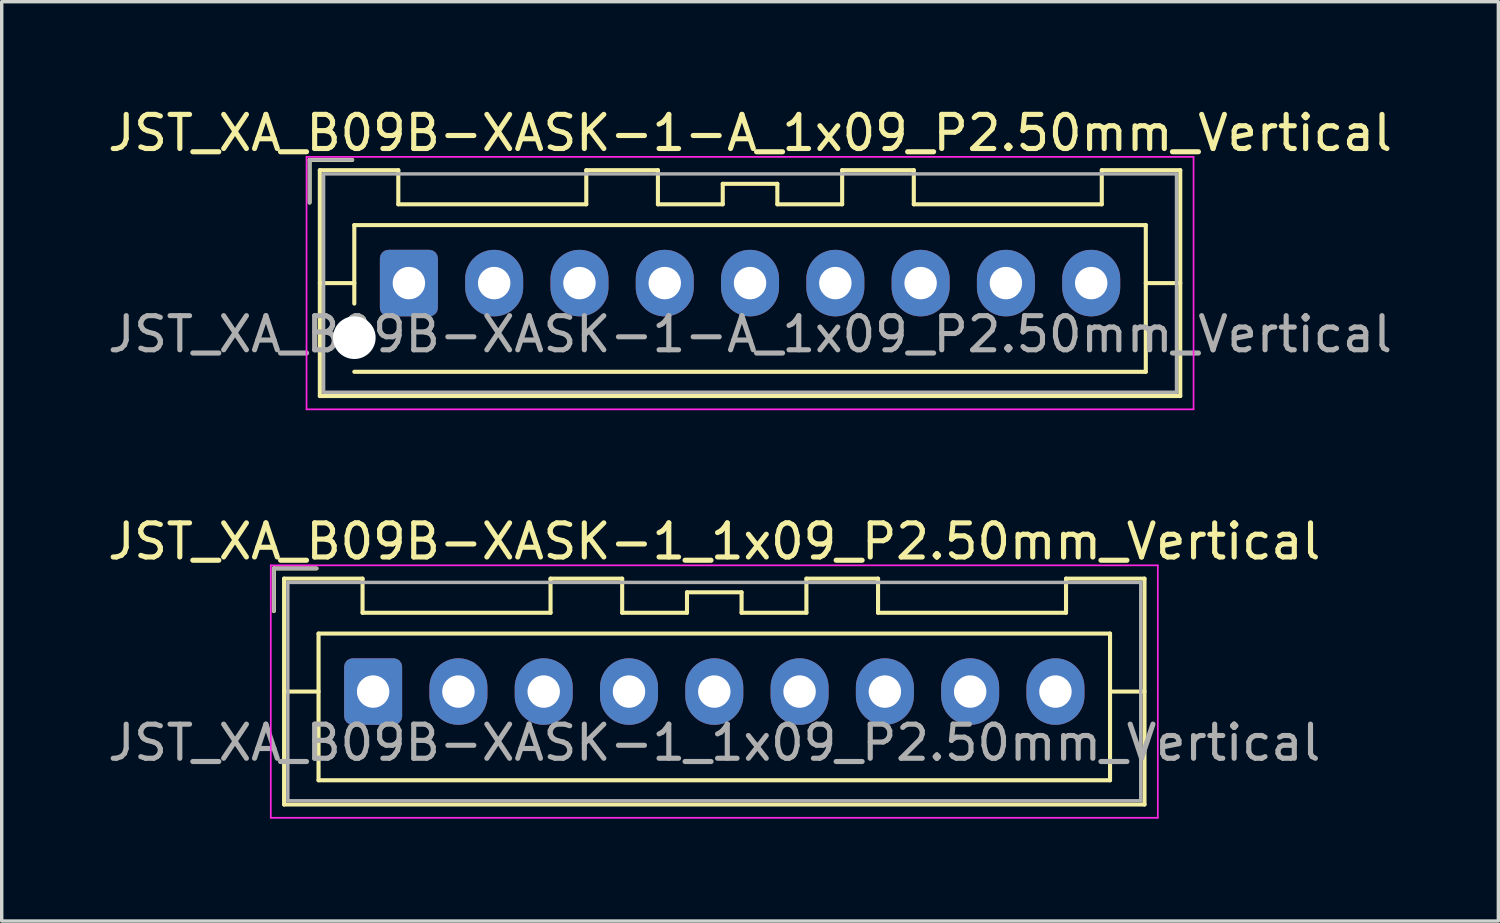
<source format=kicad_pcb>
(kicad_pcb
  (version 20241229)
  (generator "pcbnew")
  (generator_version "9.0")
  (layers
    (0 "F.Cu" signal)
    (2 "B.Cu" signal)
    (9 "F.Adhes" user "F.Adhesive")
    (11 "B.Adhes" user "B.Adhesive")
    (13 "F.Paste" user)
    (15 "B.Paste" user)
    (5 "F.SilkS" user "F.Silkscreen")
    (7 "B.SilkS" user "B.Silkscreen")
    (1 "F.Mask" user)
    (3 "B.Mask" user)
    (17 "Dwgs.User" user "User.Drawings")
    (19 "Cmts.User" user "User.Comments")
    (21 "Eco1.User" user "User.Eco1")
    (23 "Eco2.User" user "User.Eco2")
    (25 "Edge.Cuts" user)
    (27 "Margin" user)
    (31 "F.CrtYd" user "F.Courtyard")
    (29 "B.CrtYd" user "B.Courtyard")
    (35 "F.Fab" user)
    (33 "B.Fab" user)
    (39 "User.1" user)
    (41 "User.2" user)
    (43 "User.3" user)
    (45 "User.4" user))
  (footprint "JST_XA_B09B-XASK-1_1x09_P2.50mm_Vertical"
    (layer "F.Cu")
    (at 7.887 17.221)
    (property "Reference" "JST_XA_B09B-XASK-1_1x09_P2.50mm_Vertical" (at 10 -4.4 0) (layer "F.SilkS") (effects (font (size 1 1) (thickness 0.15))))
    (attr through_hole)
    (fp_line (start -2.91 -3.61) (end -2.91 -2.36) (stroke (width 0.12) (type solid)) (layer "F.SilkS"))
    (fp_line (start -2.61 -3.31) (end -2.61 3.31) (stroke (width 0.12) (type solid)) (layer "F.SilkS"))
    (fp_line (start -2.61 0) (end -1.6 0) (stroke (width 0.12) (type solid)) (layer "F.SilkS"))
    (fp_line (start -2.61 3.31) (end 22.61 3.31) (stroke (width 0.12) (type solid)) (layer "F.SilkS"))
    (fp_line (start -1.66 -3.61) (end -2.91 -3.61) (stroke (width 0.12) (type solid)) (layer "F.SilkS"))
    (fp_line (start -1.6 -1.7) (end -1.6 2.6) (stroke (width 0.12) (type solid)) (layer "F.SilkS"))
    (fp_line (start -1.6 2.6) (end 21.6 2.6) (stroke (width 0.12) (type solid)) (layer "F.SilkS"))
    (fp_line (start -0.31 -3.31) (end -2.61 -3.31) (stroke (width 0.12) (type solid)) (layer "F.SilkS"))
    (fp_line (start -0.31 -2.31) (end -0.31 -3.31) (stroke (width 0.12) (type solid)) (layer "F.SilkS"))
    (fp_line (start 5.2 -3.31) (end 5.2 -2.31) (stroke (width 0.12) (type solid)) (layer "F.SilkS"))
    (fp_line (start 5.2 -2.31) (end -0.31 -2.31) (stroke (width 0.12) (type solid)) (layer "F.SilkS"))
    (fp_line (start 7.3 -3.31) (end 5.2 -3.31) (stroke (width 0.12) (type solid)) (layer "F.SilkS"))
    (fp_line (start 7.3 -2.31) (end 7.3 -3.31) (stroke (width 0.12) (type solid)) (layer "F.SilkS"))
    (fp_line (start 9.2 -2.91) (end 9.2 -2.31) (stroke (width 0.12) (type solid)) (layer "F.SilkS"))
    (fp_line (start 9.2 -2.31) (end 7.3 -2.31) (stroke (width 0.12) (type solid)) (layer "F.SilkS"))
    (fp_line (start 10.8 -2.91) (end 9.2 -2.91) (stroke (width 0.12) (type solid)) (layer "F.SilkS"))
    (fp_line (start 10.8 -2.31) (end 10.8 -2.91) (stroke (width 0.12) (type solid)) (layer "F.SilkS"))
    (fp_line (start 12.7 -3.31) (end 12.7 -2.31) (stroke (width 0.12) (type solid)) (layer "F.SilkS"))
    (fp_line (start 12.7 -2.31) (end 10.8 -2.31) (stroke (width 0.12) (type solid)) (layer "F.SilkS"))
    (fp_line (start 14.8 -3.31) (end 12.7 -3.31) (stroke (width 0.12) (type solid)) (layer "F.SilkS"))
    (fp_line (start 14.8 -2.31) (end 14.8 -3.31) (stroke (width 0.12) (type solid)) (layer "F.SilkS"))
    (fp_line (start 20.31 -3.31) (end 20.31 -2.31) (stroke (width 0.12) (type solid)) (layer "F.SilkS"))
    (fp_line (start 20.31 -2.31) (end 14.8 -2.31) (stroke (width 0.12) (type solid)) (layer "F.SilkS"))
    (fp_line (start 21.6 -1.7) (end -1.6 -1.7) (stroke (width 0.12) (type solid)) (layer "F.SilkS"))
    (fp_line (start 21.6 2.6) (end 21.6 -1.7) (stroke (width 0.12) (type solid)) (layer "F.SilkS"))
    (fp_line (start 22.61 -3.31) (end 20.31 -3.31) (stroke (width 0.12) (type solid)) (layer "F.SilkS"))
    (fp_line (start 22.61 0) (end 21.6 0) (stroke (width 0.12) (type solid)) (layer "F.SilkS"))
    (fp_line (start 22.61 3.31) (end 22.61 -3.31) (stroke (width 0.12) (type solid)) (layer "F.SilkS"))
    (fp_line (start -3 -3.7) (end -3 3.7) (stroke (width 0.05) (type solid)) (layer "F.CrtYd"))
    (fp_line (start -3 3.7) (end 23 3.7) (stroke (width 0.05) (type solid)) (layer "F.CrtYd"))
    (fp_line (start 23 -3.7) (end -3 -3.7) (stroke (width 0.05) (type solid)) (layer "F.CrtYd"))
    (fp_line (start 23 3.7) (end 23 -3.7) (stroke (width 0.05) (type solid)) (layer "F.CrtYd"))
    (fp_line (start -2.91 -3.61) (end -2.91 -2.36) (stroke (width 0.1) (type solid)) (layer "F.Fab"))
    (fp_line (start -2.5 -3.2) (end -2.5 3.2) (stroke (width 0.1) (type solid)) (layer "F.Fab"))
    (fp_line (start -2.5 3.2) (end 22.5 3.2) (stroke (width 0.1) (type solid)) (layer "F.Fab"))
    (fp_line (start -1.66 -3.61) (end -2.91 -3.61) (stroke (width 0.1) (type solid)) (layer "F.Fab"))
    (fp_line (start 22.5 -3.2) (end -2.5 -3.2) (stroke (width 0.1) (type solid)) (layer "F.Fab"))
    (fp_line (start 22.5 3.2) (end 22.5 -3.2) (stroke (width 0.1) (type solid)) (layer "F.Fab"))
    (fp_text user "${REFERENCE}" (at 10 1.5 0) (layer "F.Fab") (effects (font (size 1 1) (thickness 0.15))))
    (pad "1" thru_hole roundrect (at 0 0) (size 1.7 1.95) (drill 0.95) (layers "*.Cu" "*.Mask") (roundrect_rratio 0.147))
    (pad "2" thru_hole oval (at 2.5 0) (size 1.7 1.95) (drill 0.95) (layers "*.Cu" "*.Mask"))
    (pad "3" thru_hole oval (at 5 0) (size 1.7 1.95) (drill 0.95) (layers "*.Cu" "*.Mask"))
    (pad "4" thru_hole oval (at 7.5 0) (size 1.7 1.95) (drill 0.95) (layers "*.Cu" "*.Mask"))
    (pad "5" thru_hole oval (at 10 0) (size 1.7 1.95) (drill 0.95) (layers "*.Cu" "*.Mask"))
    (pad "6" thru_hole oval (at 12.5 0) (size 1.7 1.95) (drill 0.95) (layers "*.Cu" "*.Mask"))
    (pad "7" thru_hole oval (at 15 0) (size 1.7 1.95) (drill 0.95) (layers "*.Cu" "*.Mask"))
    (pad "8" thru_hole oval (at 17.5 0) (size 1.7 1.95) (drill 0.95) (layers "*.Cu" "*.Mask"))
    (pad "9" thru_hole oval (at 20 0) (size 1.7 1.95) (drill 0.95) (layers "*.Cu" "*.Mask")))
  (footprint "JST_XA_B09B-XASK-1-A_1x09_P2.50mm_Vertical"
    (layer "F.Cu")
    (at 8.935 5.248)
    (property "Reference" "JST_XA_B09B-XASK-1-A_1x09_P2.50mm_Vertical" (at 10 -4.4 0) (layer "F.SilkS") (effects (font (size 1 1) (thickness 0.15))))
    (attr through_hole)
    (fp_line (start -2.91 -3.61) (end -2.91 -2.36) (stroke (width 0.12) (type solid)) (layer "F.SilkS"))
    (fp_line (start -2.61 -3.31) (end -2.61 3.31) (stroke (width 0.12) (type solid)) (layer "F.SilkS"))
    (fp_line (start -2.61 0) (end -1.6 0) (stroke (width 0.12) (type solid)) (layer "F.SilkS"))
    (fp_line (start -2.61 3.31) (end 22.61 3.31) (stroke (width 0.12) (type solid)) (layer "F.SilkS"))
    (fp_line (start -1.66 -3.61) (end -2.91 -3.61) (stroke (width 0.12) (type solid)) (layer "F.SilkS"))
    (fp_line (start -1.6 -1.7) (end 21.6 -1.7) (stroke (width 0.12) (type solid)) (layer "F.SilkS"))
    (fp_line (start -1.6 0.6) (end -1.6 -1.7) (stroke (width 0.12) (type solid)) (layer "F.SilkS"))
    (fp_line (start -0.31 -3.31) (end -2.61 -3.31) (stroke (width 0.12) (type solid)) (layer "F.SilkS"))
    (fp_line (start -0.31 -2.31) (end -0.31 -3.31) (stroke (width 0.12) (type solid)) (layer "F.SilkS"))
    (fp_line (start 5.2 -3.31) (end 5.2 -2.31) (stroke (width 0.12) (type solid)) (layer "F.SilkS"))
    (fp_line (start 5.2 -2.31) (end -0.31 -2.31) (stroke (width 0.12) (type solid)) (layer "F.SilkS"))
    (fp_line (start 7.3 -3.31) (end 5.2 -3.31) (stroke (width 0.12) (type solid)) (layer "F.SilkS"))
    (fp_line (start 7.3 -2.31) (end 7.3 -3.31) (stroke (width 0.12) (type solid)) (layer "F.SilkS"))
    (fp_line (start 9.2 -2.91) (end 9.2 -2.31) (stroke (width 0.12) (type solid)) (layer "F.SilkS"))
    (fp_line (start 9.2 -2.31) (end 7.3 -2.31) (stroke (width 0.12) (type solid)) (layer "F.SilkS"))
    (fp_line (start 10.8 -2.91) (end 9.2 -2.91) (stroke (width 0.12) (type solid)) (layer "F.SilkS"))
    (fp_line (start 10.8 -2.31) (end 10.8 -2.91) (stroke (width 0.12) (type solid)) (layer "F.SilkS"))
    (fp_line (start 12.7 -3.31) (end 12.7 -2.31) (stroke (width 0.12) (type solid)) (layer "F.SilkS"))
    (fp_line (start 12.7 -2.31) (end 10.8 -2.31) (stroke (width 0.12) (type solid)) (layer "F.SilkS"))
    (fp_line (start 14.8 -3.31) (end 12.7 -3.31) (stroke (width 0.12) (type solid)) (layer "F.SilkS"))
    (fp_line (start 14.8 -2.31) (end 14.8 -3.31) (stroke (width 0.12) (type solid)) (layer "F.SilkS"))
    (fp_line (start 20.31 -3.31) (end 20.31 -2.31) (stroke (width 0.12) (type solid)) (layer "F.SilkS"))
    (fp_line (start 20.31 -2.31) (end 14.8 -2.31) (stroke (width 0.12) (type solid)) (layer "F.SilkS"))
    (fp_line (start 21.6 -1.7) (end 21.6 2.6) (stroke (width 0.12) (type solid)) (layer "F.SilkS"))
    (fp_line (start 21.6 2.6) (end -1.6 2.6) (stroke (width 0.12) (type solid)) (layer "F.SilkS"))
    (fp_line (start 22.61 -3.31) (end 20.31 -3.31) (stroke (width 0.12) (type solid)) (layer "F.SilkS"))
    (fp_line (start 22.61 0) (end 21.6 0) (stroke (width 0.12) (type solid)) (layer "F.SilkS"))
    (fp_line (start 22.61 3.31) (end 22.61 -3.31) (stroke (width 0.12) (type solid)) (layer "F.SilkS"))
    (fp_line (start -3 -3.7) (end -3 3.7) (stroke (width 0.05) (type solid)) (layer "F.CrtYd"))
    (fp_line (start -3 3.7) (end 23 3.7) (stroke (width 0.05) (type solid)) (layer "F.CrtYd"))
    (fp_line (start 23 -3.7) (end -3 -3.7) (stroke (width 0.05) (type solid)) (layer "F.CrtYd"))
    (fp_line (start 23 3.7) (end 23 -3.7) (stroke (width 0.05) (type solid)) (layer "F.CrtYd"))
    (fp_line (start -2.91 -3.61) (end -2.91 -2.36) (stroke (width 0.1) (type solid)) (layer "F.Fab"))
    (fp_line (start -2.5 -3.2) (end -2.5 3.2) (stroke (width 0.1) (type solid)) (layer "F.Fab"))
    (fp_line (start -2.5 3.2) (end 22.5 3.2) (stroke (width 0.1) (type solid)) (layer "F.Fab"))
    (fp_line (start -1.66 -3.61) (end -2.91 -3.61) (stroke (width 0.1) (type solid)) (layer "F.Fab"))
    (fp_line (start 22.5 -3.2) (end -2.5 -3.2) (stroke (width 0.1) (type solid)) (layer "F.Fab"))
    (fp_line (start 22.5 3.2) (end 22.5 -3.2) (stroke (width 0.1) (type solid)) (layer "F.Fab"))
    (fp_text user "${REFERENCE}" (at 10 1.5 0) (layer "F.Fab") (effects (font (size 1 1) (thickness 0.15))))
    (pad "" np_thru_hole circle (at -1.6 1.6) (size 1.25 1.25) (drill 1.25) (layers "*.Cu" "*.Mask"))
    (pad "1" thru_hole roundrect (at 0 0) (size 1.7 1.95) (drill 0.95) (layers "*.Cu" "*.Mask") (roundrect_rratio 0.147))
    (pad "2" thru_hole oval (at 2.5 0) (size 1.7 1.95) (drill 0.95) (layers "*.Cu" "*.Mask"))
    (pad "3" thru_hole oval (at 5 0) (size 1.7 1.95) (drill 0.95) (layers "*.Cu" "*.Mask"))
    (pad "4" thru_hole oval (at 7.5 0) (size 1.7 1.95) (drill 0.95) (layers "*.Cu" "*.Mask"))
    (pad "5" thru_hole oval (at 10 0) (size 1.7 1.95) (drill 0.95) (layers "*.Cu" "*.Mask"))
    (pad "6" thru_hole oval (at 12.5 0) (size 1.7 1.95) (drill 0.95) (layers "*.Cu" "*.Mask"))
    (pad "7" thru_hole oval (at 15 0) (size 1.7 1.95) (drill 0.95) (layers "*.Cu" "*.Mask"))
    (pad "8" thru_hole oval (at 17.5 0) (size 1.7 1.95) (drill 0.95) (layers "*.Cu" "*.Mask"))
    (pad "9" thru_hole oval (at 20 0) (size 1.7 1.95) (drill 0.95) (layers "*.Cu" "*.Mask")))
  (gr_rect
    (start -3 -3)
    (end 40.869 23.947)
    (stroke (width 0.1) (type default))
    (fill no)
    (layer "Edge.Cuts")))
</source>
